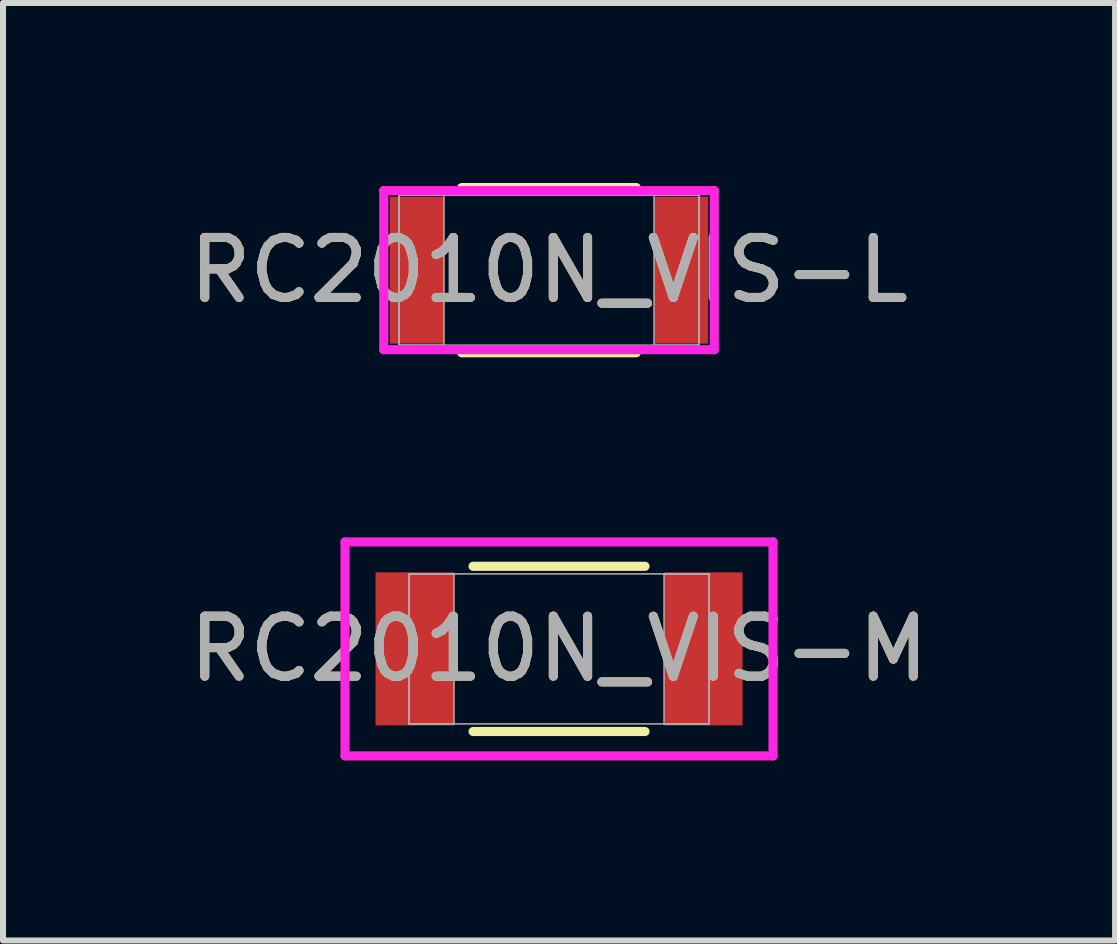
<source format=kicad_pcb>
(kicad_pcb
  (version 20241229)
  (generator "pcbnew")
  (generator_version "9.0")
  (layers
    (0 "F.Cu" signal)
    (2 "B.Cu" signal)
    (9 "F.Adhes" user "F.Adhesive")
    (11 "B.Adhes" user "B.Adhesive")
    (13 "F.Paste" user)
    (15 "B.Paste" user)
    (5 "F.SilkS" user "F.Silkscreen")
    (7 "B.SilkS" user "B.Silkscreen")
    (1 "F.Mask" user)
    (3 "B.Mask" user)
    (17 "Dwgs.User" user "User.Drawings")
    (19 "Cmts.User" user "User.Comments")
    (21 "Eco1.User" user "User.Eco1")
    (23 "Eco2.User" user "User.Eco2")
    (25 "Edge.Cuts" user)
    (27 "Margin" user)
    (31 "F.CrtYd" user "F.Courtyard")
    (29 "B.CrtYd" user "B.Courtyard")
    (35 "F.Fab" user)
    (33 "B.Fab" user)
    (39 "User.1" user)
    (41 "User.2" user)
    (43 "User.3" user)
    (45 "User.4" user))
  (footprint "RC2010N_VIS-M"
    (layer "F.Cu")
    (at 6.268 7.766)
    (property "Reference" "RC2010N_VIS-M" (at 0 0 0) (unlocked yes) (layer "F.SilkS") (effects (font (size 1 1) (thickness 0.15))))
    (attr smd)
    (fp_line (start -1.433 1.377) (end 1.433 1.377) (stroke (width 0.152) (type solid)) (layer "F.SilkS"))
    (fp_line (start 1.433 -1.377) (end -1.433 -1.377) (stroke (width 0.152) (type solid)) (layer "F.SilkS"))
    (fp_line (start -3.567 -1.783) (end 3.567 -1.783) (stroke (width 0.152) (type solid)) (layer "F.CrtYd"))
    (fp_line (start -3.567 1.783) (end -3.567 -1.783) (stroke (width 0.152) (type solid)) (layer "F.CrtYd"))
    (fp_line (start 3.567 -1.783) (end 3.567 1.783) (stroke (width 0.152) (type solid)) (layer "F.CrtYd"))
    (fp_line (start 3.567 1.783) (end -3.567 1.783) (stroke (width 0.152) (type solid)) (layer "F.CrtYd"))
    (fp_line (start -2.5 -1.25) (end -2.5 1.25) (stroke (width 0.025) (type solid)) (layer "F.Fab"))
    (fp_line (start -2.5 -1.25) (end -2.5 1.25) (stroke (width 0.025) (type solid)) (layer "F.Fab"))
    (fp_line (start -2.5 1.25) (end -1.75 1.25) (stroke (width 0.025) (type solid)) (layer "F.Fab"))
    (fp_line (start -2.5 1.25) (end 2.5 1.25) (stroke (width 0.025) (type solid)) (layer "F.Fab"))
    (fp_line (start -1.75 -1.25) (end -2.5 -1.25) (stroke (width 0.025) (type solid)) (layer "F.Fab"))
    (fp_line (start -1.75 1.25) (end -1.75 -1.25) (stroke (width 0.025) (type solid)) (layer "F.Fab"))
    (fp_line (start 1.75 -1.25) (end 1.75 1.25) (stroke (width 0.025) (type solid)) (layer "F.Fab"))
    (fp_line (start 1.75 1.25) (end 2.5 1.25) (stroke (width 0.025) (type solid)) (layer "F.Fab"))
    (fp_line (start 2.5 -1.25) (end -2.5 -1.25) (stroke (width 0.025) (type solid)) (layer "F.Fab"))
    (fp_line (start 2.5 -1.25) (end 1.75 -1.25) (stroke (width 0.025) (type solid)) (layer "F.Fab"))
    (fp_line (start 2.5 1.25) (end 2.5 -1.25) (stroke (width 0.025) (type solid)) (layer "F.Fab"))
    (fp_line (start 2.5 1.25) (end 2.5 -1.25) (stroke (width 0.025) (type solid)) (layer "F.Fab"))
    (fp_text user "${REFERENCE}" (at 0 0 0) (unlocked yes) (layer "F.Fab") (effects (font (size 1 1) (thickness 0.15))))
    (pad "1" smd rect (at -2.404 0) (size 1.309 2.551) (layers "F.Cu" "F.Mask" "F.Paste"))
    (pad "2" smd rect (at 2.404 0) (size 1.309 2.551) (layers "F.Cu" "F.Mask" "F.Paste"))
    (zone (net_name "") (layer "F.Cu") (hatch full 0.508) (connect_pads) (min_thickness 0.254) (filled_areas_thickness no) (keepout (tracks not_allowed) (vias not_allowed) (pads allowed) (copperpour not_allowed) (footprints allowed)) (placement (enabled no)) (fill) (polygon (pts (xy 4.569 6.567) (xy 7.967 6.567) (xy 7.967 8.965) (xy 4.569 8.965)))))
  (footprint "RC2010N_VIS-L"
    (layer "F.Cu")
    (at 6.101 1.453)
    (property "Reference" "RC2010N_VIS-L" (at 0 0 0) (unlocked yes) (layer "F.SilkS") (effects (font (size 1 1) (thickness 0.15))))
    (attr smd)
    (fp_line (start -1.454 1.377) (end 1.454 1.377) (stroke (width 0.152) (type solid)) (layer "F.SilkS"))
    (fp_line (start 1.454 -1.377) (end -1.454 -1.377) (stroke (width 0.152) (type solid)) (layer "F.SilkS"))
    (fp_line (start -2.754 -1.326) (end 2.754 -1.326) (stroke (width 0.152) (type solid)) (layer "F.CrtYd"))
    (fp_line (start -2.754 1.326) (end -2.754 -1.326) (stroke (width 0.152) (type solid)) (layer "F.CrtYd"))
    (fp_line (start 2.754 -1.326) (end 2.754 1.326) (stroke (width 0.152) (type solid)) (layer "F.CrtYd"))
    (fp_line (start 2.754 1.326) (end -2.754 1.326) (stroke (width 0.152) (type solid)) (layer "F.CrtYd"))
    (fp_line (start -2.5 -1.25) (end -2.5 1.25) (stroke (width 0.025) (type solid)) (layer "F.Fab"))
    (fp_line (start -2.5 -1.25) (end -2.5 1.25) (stroke (width 0.025) (type solid)) (layer "F.Fab"))
    (fp_line (start -2.5 1.25) (end -1.75 1.25) (stroke (width 0.025) (type solid)) (layer "F.Fab"))
    (fp_line (start -2.5 1.25) (end 2.5 1.25) (stroke (width 0.025) (type solid)) (layer "F.Fab"))
    (fp_line (start -1.75 -1.25) (end -2.5 -1.25) (stroke (width 0.025) (type solid)) (layer "F.Fab"))
    (fp_line (start -1.75 1.25) (end -1.75 -1.25) (stroke (width 0.025) (type solid)) (layer "F.Fab"))
    (fp_line (start 1.75 -1.25) (end 1.75 1.25) (stroke (width 0.025) (type solid)) (layer "F.Fab"))
    (fp_line (start 1.75 1.25) (end 2.5 1.25) (stroke (width 0.025) (type solid)) (layer "F.Fab"))
    (fp_line (start 2.5 -1.25) (end -2.5 -1.25) (stroke (width 0.025) (type solid)) (layer "F.Fab"))
    (fp_line (start 2.5 -1.25) (end 1.75 -1.25) (stroke (width 0.025) (type solid)) (layer "F.Fab"))
    (fp_line (start 2.5 1.25) (end 2.5 -1.25) (stroke (width 0.025) (type solid)) (layer "F.Fab"))
    (fp_line (start 2.5 1.25) (end 2.5 -1.25) (stroke (width 0.025) (type solid)) (layer "F.Fab"))
    (fp_text user "${REFERENCE}" (at 0 0 0) (unlocked yes) (layer "F.Fab") (effects (font (size 1 1) (thickness 0.15))))
    (pad "1" smd rect (at -2.201 0) (size 0.902 2.449) (layers "F.Cu" "F.Mask" "F.Paste"))
    (pad "2" smd rect (at 2.201 0) (size 0.902 2.449) (layers "F.Cu" "F.Mask" "F.Paste"))
    (zone (net_name "") (layer "F.Cu") (hatch full 0.508) (connect_pads) (min_thickness 0.254) (filled_areas_thickness no) (keepout (tracks not_allowed) (vias not_allowed) (pads allowed) (copperpour not_allowed) (footprints allowed)) (placement (enabled no)) (fill) (polygon (pts (xy 4.402 0.254) (xy 7.8 0.254) (xy 7.8 2.652) (xy 4.402 2.652)))))
  (gr_rect
    (start -3 -3)
    (end 15.536 12.626)
    (stroke (width 0.1) (type default))
    (fill no)
    (layer "Edge.Cuts")))
</source>
